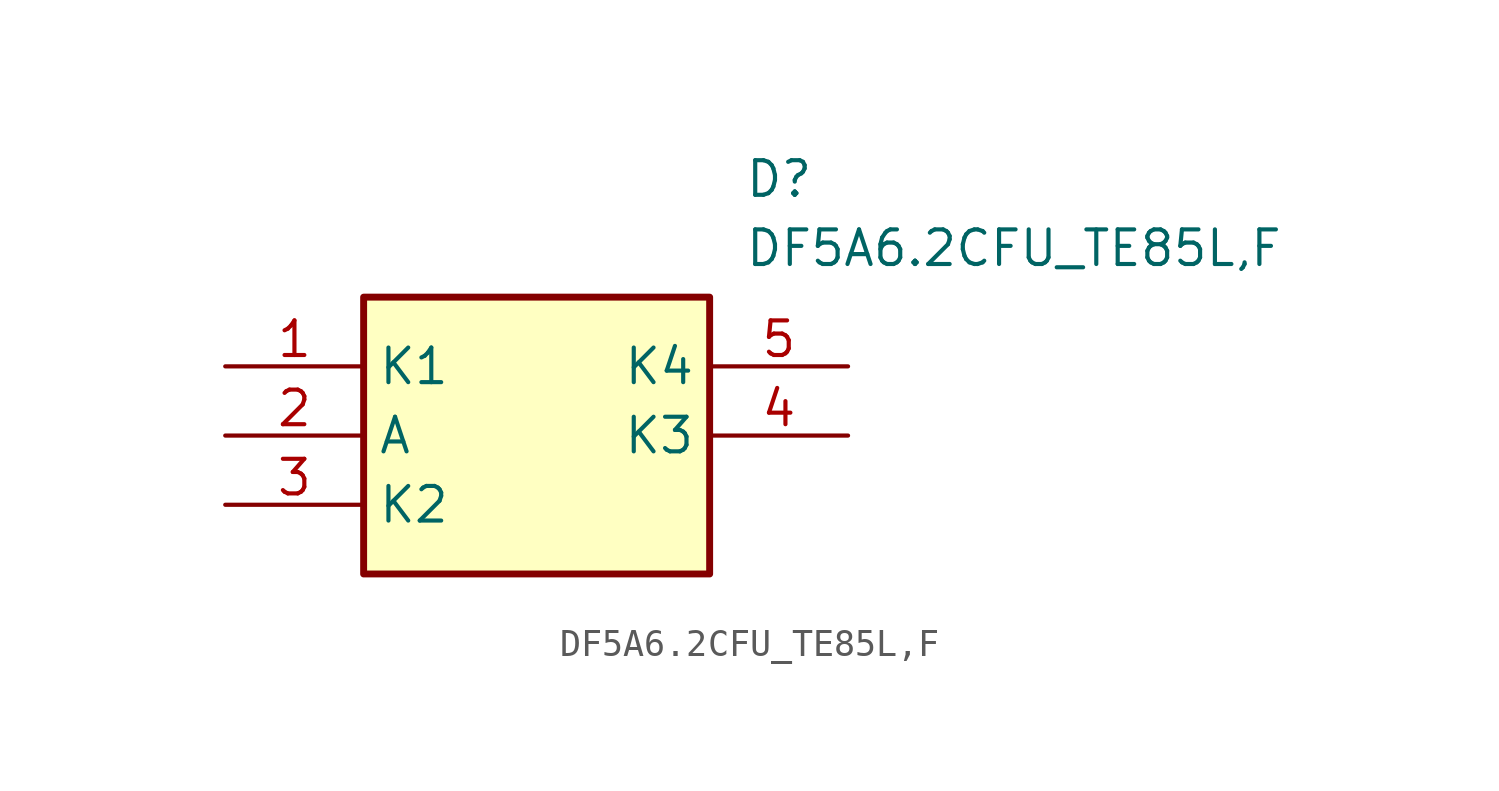
<source format=kicad_sym>
(kicad_symbol_lib
  (version 20211014)
  (generator SamacSys_ECAD_Model)
  (symbol "DF5A6.2CFU_TE85L,F"
    (property "Reference" "D"
      (at 19.05 7.62 0)
      (effects (font (size 1.27 1.27)) (justify left top)))
    (property "Value" "DF5A6.2CFU_TE85L,F"
      (at 19.05 5.08 0)
      (effects (font (size 1.27 1.27)) (justify left top)))
    (rectangle
      (start 5.08 2.54)
      (end 17.78 -7.62)
      (stroke (width 0.254) (type default))
      (fill (type background)))
    (pin passive line
      (at 0 0 0)
      (length 5.08)
      (name "K1" (effects (font (size 1.27 1.27))))
      (number "1" (effects (font (size 1.27 1.27)))))
    (pin passive line
      (at 0 -2.54 0)
      (length 5.08)
      (name "A" (effects (font (size 1.27 1.27))))
      (number "2" (effects (font (size 1.27 1.27)))))
    (pin passive line
      (at 0 -5.08 0)
      (length 5.08)
      (name "K2" (effects (font (size 1.27 1.27))))
      (number "3" (effects (font (size 1.27 1.27)))))
    (pin passive line
      (at 22.86 -2.54 180)
      (length 5.08)
      (name "K3" (effects (font (size 1.27 1.27))))
      (number "4" (effects (font (size 1.27 1.27)))))
    (pin passive line
      (at 22.86 0 180)
      (length 5.08)
      (name "K4" (effects (font (size 1.27 1.27))))
      (number "5" (effects (font (size 1.27 1.27)))))))
</source>
